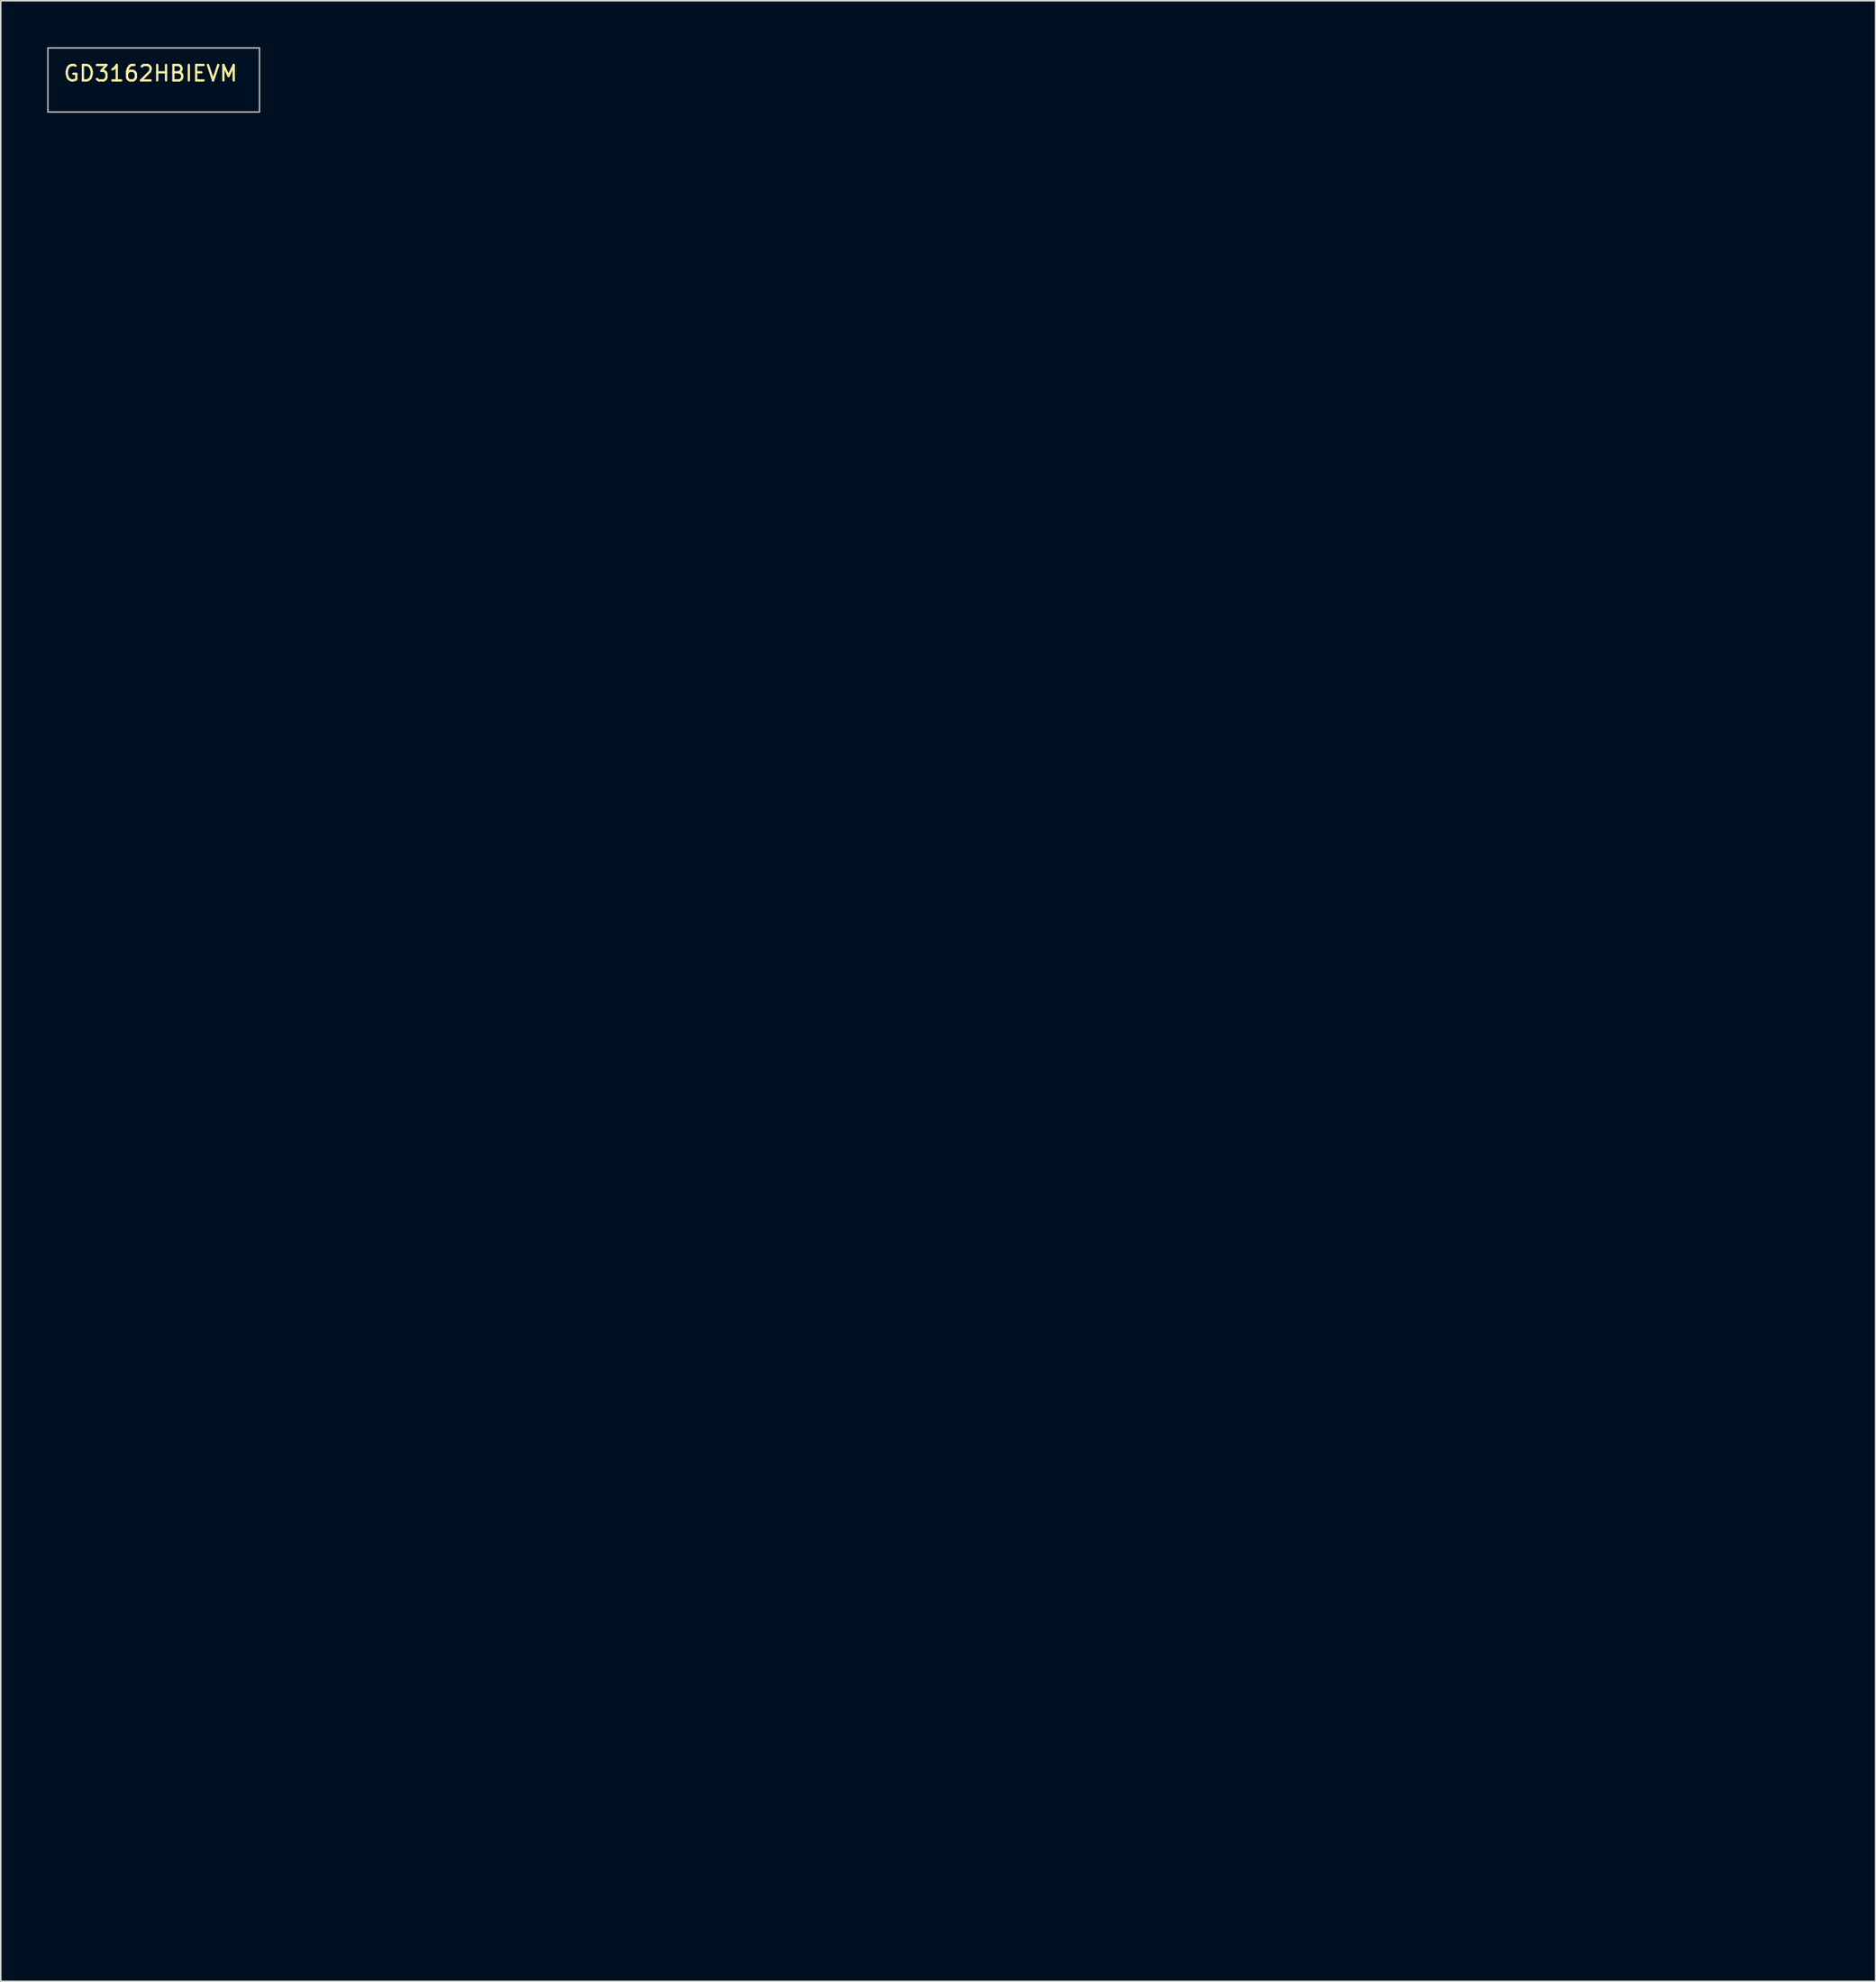
<source format=kicad_pcb>
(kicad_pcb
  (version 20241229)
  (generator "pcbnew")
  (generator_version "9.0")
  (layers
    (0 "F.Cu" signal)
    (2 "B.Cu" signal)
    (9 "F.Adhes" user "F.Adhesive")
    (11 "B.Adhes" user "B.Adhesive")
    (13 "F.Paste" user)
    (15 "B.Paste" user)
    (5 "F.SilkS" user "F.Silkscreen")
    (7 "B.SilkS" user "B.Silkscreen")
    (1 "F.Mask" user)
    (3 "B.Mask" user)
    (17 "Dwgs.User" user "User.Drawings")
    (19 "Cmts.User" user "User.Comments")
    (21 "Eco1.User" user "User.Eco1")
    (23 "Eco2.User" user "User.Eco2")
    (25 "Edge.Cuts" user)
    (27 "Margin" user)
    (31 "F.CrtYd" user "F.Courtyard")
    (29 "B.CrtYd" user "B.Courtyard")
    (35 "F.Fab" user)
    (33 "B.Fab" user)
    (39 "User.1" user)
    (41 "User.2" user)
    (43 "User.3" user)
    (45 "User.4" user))
  (footprint "GD3162HBIEVM"
    (layer "F.Cu")
    (at 6.7 2.2)
    (property "Reference" "GD3162HBIEVM" (at 0 -0.5 0) (unlocked yes) (layer "F.SilkS") (effects (font (size 1 1) (thickness 0.15))))
    (fp_rect (start 7.05 -2.15) (end -6.65 2) (stroke (width 0.1) (type default)) (fill no) (layer "F.Fab"))
    (fp_line (start 8.4 16.45) (end 8.4 12.479) (stroke (width 0.1) (type solid)) (layer "User.5"))
    (fp_line (start 8.4 21.53) (end 8.4 17.559) (stroke (width 0.1) (type solid)) (layer "User.5"))
    (fp_line (start 8.4 35.403) (end 8.4 22.639) (stroke (width 0.1) (type solid)) (layer "User.5"))
    (fp_line (start 8.4 39.362) (end 8.4 36.554) (stroke (width 0.1) (type solid)) (layer "User.5"))
    (fp_line (start 8.4 45.395) (end 8.4 40.418) (stroke (width 0.1) (type solid)) (layer "User.5"))
    (fp_line (start 8.4 50.475) (end 8.4 46.526) (stroke (width 0.1) (type solid)) (layer "User.5"))
    (fp_line (start 8.4 55.555) (end 8.4 51.606) (stroke (width 0.1) (type solid)) (layer "User.5"))
    (fp_line (start 8.4 60.635) (end 8.4 56.686) (stroke (width 0.1) (type solid)) (layer "User.5"))
    (fp_line (start 8.4 65.715) (end 8.4 61.766) (stroke (width 0.1) (type solid)) (layer "User.5"))
    (fp_line (start 8.4 70.795) (end 8.4 66.846) (stroke (width 0.1) (type solid)) (layer "User.5"))
    (fp_line (start 8.4 75.875) (end 8.4 71.926) (stroke (width 0.1) (type solid)) (layer "User.5"))
    (fp_line (start 8.4 80.955) (end 8.4 77.006) (stroke (width 0.1) (type solid)) (layer "User.5"))
    (fp_line (start 8.4 86.035) (end 8.4 82.086) (stroke (width 0.1) (type solid)) (layer "User.5"))
    (fp_line (start 8.4 91.115) (end 8.4 87.166) (stroke (width 0.1) (type solid)) (layer "User.5"))
    (fp_line (start 8.4 96.195) (end 8.4 92.246) (stroke (width 0.1) (type solid)) (layer "User.5"))
    (fp_line (start 8.4 101.275) (end 8.4 97.326) (stroke (width 0.1) (type solid)) (layer "User.5"))
    (fp_line (start 8.4 106.355) (end 8.4 102.406) (stroke (width 0.1) (type solid)) (layer "User.5"))
    (fp_line (start 8.4 111.435) (end 8.4 107.486) (stroke (width 0.1) (type solid)) (layer "User.5"))
    (fp_line (start 8.4 118.995) (end 8.4 112.566) (stroke (width 0.1) (type solid)) (layer "User.5"))
    (fp_line (start 8.4 119.926) (end 8.4 32.423) (stroke (width 0.1) (type solid)) (layer "User.5"))
    (fp_line (start 8.502 16.414) (end 8.502 12.516) (stroke (width 0.1) (type solid)) (layer "User.5"))
    (fp_line (start 8.502 21.494) (end 8.502 17.596) (stroke (width 0.1) (type solid)) (layer "User.5"))
    (fp_line (start 8.502 30.594) (end 8.502 22.676) (stroke (width 0.1) (type solid)) (layer "User.5"))
    (fp_line (start 8.502 32.118) (end 8.502 31.457) (stroke (width 0.1) (type solid)) (layer "User.5"))
    (fp_line (start 8.704 36.487) (end 8.705 36.487) (stroke (width 0.1) (type solid)) (layer "User.5"))
    (fp_line (start 8.705 35.47) (end 8.704 35.47) (stroke (width 0.1) (type solid)) (layer "User.5"))
    (fp_line (start 8.705 119.061) (end 8.704 119.061) (stroke (width 0.1) (type solid)) (layer "User.5"))
    (fp_line (start 9.129 11.341) (end 13.462 11.341) (stroke (width 0.1) (type solid)) (layer "User.5"))
    (fp_line (start 9.159 11.366) (end 13.432 11.366) (stroke (width 0.1) (type solid)) (layer "User.5"))
    (fp_line (start 9.322 103.543) (end 9.322 104.354) (stroke (width 0.1) (type solid)) (layer "User.5"))
    (fp_line (start 9.619 42.205) (end 9.619 40.477) (stroke (width 0.1) (type solid)) (layer "User.5"))
    (fp_line (start 9.873 41.951) (end 9.873 40.731) (stroke (width 0.1) (type solid)) (layer "User.5"))
    (fp_line (start 9.881 104.354) (end 9.881 103.543) (stroke (width 0.008) (type solid)) (layer "User.5"))
    (fp_line (start 10.102 42.205) (end 9.619 42.205) (stroke (width 0.1) (type solid)) (layer "User.5"))
    (fp_line (start 10.483 41.795) (end 10.483 41.341) (stroke (width 0.008) (type solid)) (layer "User.5"))
    (fp_line (start 12.688 119.926) (end 9.26 119.926) (stroke (width 0.1) (type solid)) (layer "User.5"))
    (fp_line (start 14.239 11.366) (end 16.943 11.366) (stroke (width 0.1) (type solid)) (layer "User.5"))
    (fp_line (start 14.725 11.341) (end 22.853 11.341) (stroke (width 0.1) (type solid)) (layer "User.5"))
    (fp_line (start 16.943 11.366) (end 16.943 11.391) (stroke (width 0.1) (type solid)) (layer "User.5"))
    (fp_line (start 16.943 11.391) (end 18.485 11.391) (stroke (width 0.1) (type solid)) (layer "User.5"))
    (fp_line (start 16.943 24.566) (end 16.943 25.608) (stroke (width 0.1) (type solid)) (layer "User.5"))
    (fp_line (start 17.321 119.926) (end 13.713 119.926) (stroke (width 0.1) (type solid)) (layer "User.5"))
    (fp_line (start 17.482 22.153) (end 17.482 24.185) (stroke (width 0.1) (type solid)) (layer "User.5"))
    (fp_line (start 17.482 22.153) (end 17.482 24.185) (stroke (width 0.1) (type solid)) (layer "User.5"))
    (fp_line (start 18.213 119.926) (end 8.4 119.926) (stroke (width 0.1) (type solid)) (layer "User.5"))
    (fp_line (start 19.262 19.807) (end 17.298 21.771) (stroke (width 0.1) (type solid)) (layer "User.5"))
    (fp_line (start 19.266 19.795) (end 19.262 19.807) (stroke (width 0.1) (type solid)) (layer "User.5"))
    (fp_line (start 19.274 19.771) (end 17.273 21.771) (stroke (width 0.1) (type solid)) (layer "User.5"))
    (fp_line (start 19.278 19.759) (end 19.274 19.771) (stroke (width 0.1) (type solid)) (layer "User.5"))
    (fp_line (start 19.347 11.391) (end 22.853 11.391) (stroke (width 0.1) (type solid)) (layer "User.5"))
    (fp_line (start 21.529 17.516) (end 21.518 17.519) (stroke (width 0.1) (type solid)) (layer "User.5"))
    (fp_line (start 21.565 17.504) (end 21.554 17.507) (stroke (width 0.1) (type solid)) (layer "User.5"))
    (fp_line (start 22.853 11.341) (end 22.853 16.192) (stroke (width 0.1) (type solid)) (layer "User.5"))
    (fp_line (start 22.853 11.391) (end 22.853 16.216) (stroke (width 0.1) (type solid)) (layer "User.5"))
    (fp_line (start 22.853 16.192) (end 21.529 17.516) (stroke (width 0.1) (type solid)) (layer "User.5"))
    (fp_line (start 22.853 16.216) (end 21.565 17.504) (stroke (width 0.1) (type solid)) (layer "User.5"))
    (fp_line (start 31.844 11.366) (end 108.383 11.366) (stroke (width 0.1) (type solid)) (layer "User.5"))
    (fp_line (start 31.844 11.366) (end 108.383 11.366) (stroke (width 0.1) (type solid)) (layer "User.5"))
    (fp_line (start 36.035 25.971) (end 34.994 25.971) (stroke (width 0.006) (type solid)) (layer "User.5"))
    (fp_line (start 37.966 25.971) (end 38.855 25.971) (stroke (width 0.006) (type solid)) (layer "User.5"))
    (fp_line (start 63.374 26.13) (end 63.406 26.098) (stroke (width 0.008) (type solid)) (layer "User.5"))
    (fp_line (start 63.406 26.098) (end 65.829 26.098) (stroke (width 0.008) (type solid)) (layer "User.5"))
    (fp_line (start 65.829 26.098) (end 67.404 26.098) (stroke (width 0.008) (type solid)) (layer "User.5"))
    (fp_line (start 68.712 25.462) (end 68.026 25.462) (stroke (width 0.1) (type solid)) (layer "User.5"))
    (fp_line (start 70.035 25.767) (end 70.031 25.721) (stroke (width 0.1) (type solid)) (layer "User.5"))
    (fp_line (start 70.931 25.767) (end 70.035 25.767) (stroke (width 0.1) (type solid)) (layer "User.5"))
    (fp_line (start 70.941 25.729) (end 70.931 25.767) (stroke (width 0.1) (type solid)) (layer "User.5"))
    (fp_line (start 72.433 26.098) (end 69.335 26.098) (stroke (width 0.003) (type solid)) (layer "User.5"))
    (fp_line (start 87.859 95.846) (end 87.859 119.951) (stroke (width 0.1) (type solid)) (layer "User.5"))
    (fp_line (start 87.859 95.846) (end 87.859 119.951) (stroke (width 0.1) (type solid)) (layer "User.5"))
    (fp_line (start 87.859 119.951) (end 26.225 119.951) (stroke (width 0.1) (type solid)) (layer "User.5"))
    (fp_line (start 87.859 119.951) (end 26.225 119.951) (stroke (width 0.1) (type solid)) (layer "User.5"))
    (fp_line (start 106.699 46.85) (end 106.699 46.787) (stroke (width 0.1) (type solid)) (layer "User.5"))
    (fp_line (start 106.699 46.926) (end 106.699 46.787) (stroke (width 0.1) (type solid)) (layer "User.5"))
    (fp_line (start 107.164 46.85) (end 106.699 46.85) (stroke (width 0.1) (type solid)) (layer "User.5"))
    (fp_line (start 107.197 46.926) (end 106.699 46.926) (stroke (width 0.1) (type solid)) (layer "User.5"))
    (fp_line (start 107.231 46.545) (end 107.231 46.545) (stroke (width 0.1) (type solid)) (layer "User.5"))
    (fp_line (start 107.231 46.545) (end 107.231 46.545) (stroke (width 0.1) (type solid)) (layer "User.5"))
    (fp_line (start 107.367 47.434) (end 108.129 47.434) (stroke (width 0.1) (type solid)) (layer "User.5"))
    (fp_line (start 107.748 46.553) (end 107.739 46.545) (stroke (width 0.004) (type solid)) (layer "User.5"))
    (fp_line (start 107.748 47.942) (end 107.748 46.553) (stroke (width 0.004) (type solid)) (layer "User.5"))
    (fp_line (start 108.129 48.45) (end 107.367 48.45) (stroke (width 0.1) (type solid)) (layer "User.5"))
    (fp_line (start 108.248 46.545) (end 108.248 46.545) (stroke (width 0.1) (type solid)) (layer "User.5"))
    (fp_line (start 108.248 46.545) (end 108.248 46.545) (stroke (width 0.1) (type solid)) (layer "User.5"))
    (fp_line (start 108.383 11.366) (end 108.383 46.824) (stroke (width 0.1) (type solid)) (layer "User.5"))
    (fp_line (start 108.383 11.366) (end 108.383 46.926) (stroke (width 0.1) (type solid)) (layer "User.5"))
    (fp_line (start 108.383 46.926) (end 108.282 46.926) (stroke (width 0.1) (type solid)) (layer "User.5"))
    (fp_arc (start 8.4 12.479472) (mid 8.446641 12.393996) (end 8.543764 12.387016) (stroke (width 0.1) (type solid)) (layer "User.5"))
    (fp_arc (start 8.4 17.559472) (mid 8.446641 17.473996) (end 8.543764 17.467016) (stroke (width 0.1) (type solid)) (layer "User.5"))
    (fp_arc (start 8.4 22.639472) (mid 8.446641 22.553996) (end 8.543764 22.547016) (stroke (width 0.1) (type solid)) (layer "User.5"))
    (fp_arc (start 8.4 36.553846) (mid 8.442913 36.470936) (end 8.535382 36.458088) (stroke (width 0.1) (type solid)) (layer "User.5"))
    (fp_arc (start 8.4 40.418456) (mid 8.450854 40.330562) (end 8.5524 40.330572) (stroke (width 0.1) (type solid)) (layer "User.5"))
    (fp_arc (start 8.4 46.526394) (mid 8.444787 46.442123) (end 8.5397 46.43216) (stroke (width 0.1) (type solid)) (layer "User.5"))
    (fp_arc (start 8.4 51.606394) (mid 8.444787 51.522123) (end 8.5397 51.51216) (stroke (width 0.1) (type solid)) (layer "User.5"))
    (fp_arc (start 8.4 56.686394) (mid 8.444787 56.602123) (end 8.5397 56.59216) (stroke (width 0.1) (type solid)) (layer "User.5"))
    (fp_arc (start 8.4 61.766394) (mid 8.444787 61.682123) (end 8.5397 61.67216) (stroke (width 0.1) (type solid)) (layer "User.5"))
    (fp_arc (start 8.4 66.846394) (mid 8.444787 66.762123) (end 8.5397 66.75216) (stroke (width 0.1) (type solid)) (layer "User.5"))
    (fp_arc (start 8.4 71.926394) (mid 8.444787 71.842123) (end 8.5397 71.83216) (stroke (width 0.1) (type solid)) (layer "User.5"))
    (fp_arc (start 8.4 77.006394) (mid 8.444787 76.922123) (end 8.5397 76.91216) (stroke (width 0.1) (type solid)) (layer "User.5"))
    (fp_arc (start 8.4 82.086394) (mid 8.444787 82.002123) (end 8.5397 81.99216) (stroke (width 0.1) (type solid)) (layer "User.5"))
    (fp_arc (start 8.4 87.166394) (mid 8.444787 87.082123) (end 8.5397 87.07216) (stroke (width 0.1) (type solid)) (layer "User.5"))
    (fp_arc (start 8.4 92.246394) (mid 8.444787 92.162123) (end 8.5397 92.15216) (stroke (width 0.1) (type solid)) (layer "User.5"))
    (fp_arc (start 8.4 97.326394) (mid 8.444787 97.242123) (end 8.5397 97.23216) (stroke (width 0.1) (type solid)) (layer "User.5"))
    (fp_arc (start 8.4 102.406394) (mid 8.444787 102.322123) (end 8.5397 102.31216) (stroke (width 0.1) (type solid)) (layer "User.5"))
    (fp_arc (start 8.4 107.486394) (mid 8.444787 107.402123) (end 8.5397 107.39216) (stroke (width 0.1) (type solid)) (layer "User.5"))
    (fp_arc (start 8.4 112.566394) (mid 8.444787 112.482123) (end 8.5397 112.47216) (stroke (width 0.1) (type solid)) (layer "User.5"))
    (fp_arc (start 8.5016 12.51554) (mid 8.540996 12.435249) (end 8.6286 12.417242) (stroke (width 0.1) (type solid)) (layer "User.5"))
    (fp_arc (start 8.5016 17.59554) (mid 8.540996 17.515249) (end 8.6286 17.497242) (stroke (width 0.1) (type solid)) (layer "User.5"))
    (fp_arc (start 8.5016 22.67554) (mid 8.540996 22.595249) (end 8.6286 22.577242) (stroke (width 0.1) (type solid)) (layer "User.5"))
    (fp_arc (start 8.5016 31.456574) (mid 8.564313 31.362643) (end 8.675082 31.384692) (stroke (width 0.1) (type solid)) (layer "User.5"))
    (fp_arc (start 8.535382 35.498984) (mid 8.442914 35.486135) (end 8.4 35.403226) (stroke (width 0.1) (type solid)) (layer "User.5"))
    (fp_arc (start 8.535382 35.498984) (mid 8.618609 35.47734) (end 8.704292 35.470028) (stroke (width 0.1) (type solid)) (layer "User.5"))
    (fp_arc (start 8.535382 119.090384) (mid 8.442914 119.077535) (end 8.4 118.994626) (stroke (width 0.1) (type solid)) (layer "User.5"))
    (fp_arc (start 8.535382 119.090384) (mid 8.618609 119.06874) (end 8.704292 119.061428) (stroke (width 0.1) (type solid)) (layer "User.5"))
    (fp_arc (start 8.5397 45.489312) (mid 8.444787 45.47935) (end 8.4 45.395078) (stroke (width 0.1) (type solid)) (layer "User.5"))
    (fp_arc (start 8.5397 45.489312) (mid 8.633164 45.461597) (end 8.7302 45.452228) (stroke (width 0.1) (type solid)) (layer "User.5"))
    (fp_arc (start 8.5397 50.569312) (mid 8.444787 50.55935) (end 8.4 50.475078) (stroke (width 0.1) (type solid)) (layer "User.5"))
    (fp_arc (start 8.5397 50.569312) (mid 8.633164 50.541597) (end 8.7302 50.532228) (stroke (width 0.1) (type solid)) (layer "User.5"))
    (fp_arc (start 8.5397 55.649312) (mid 8.444787 55.63935) (end 8.4 55.555078) (stroke (width 0.1) (type solid)) (layer "User.5"))
    (fp_arc (start 8.5397 55.649312) (mid 8.633164 55.621597) (end 8.7302 55.612228) (stroke (width 0.1) (type solid)) (layer "User.5"))
    (fp_arc (start 8.5397 60.729312) (mid 8.444787 60.71935) (end 8.4 60.635078) (stroke (width 0.1) (type solid)) (layer "User.5"))
    (fp_arc (start 8.5397 60.729312) (mid 8.633164 60.701597) (end 8.7302 60.692228) (stroke (width 0.1) (type solid)) (layer "User.5"))
    (fp_arc (start 8.5397 65.809312) (mid 8.444787 65.79935) (end 8.4 65.715078) (stroke (width 0.1) (type solid)) (layer "User.5"))
    (fp_arc (start 8.5397 65.809312) (mid 8.633164 65.781597) (end 8.7302 65.772228) (stroke (width 0.1) (type solid)) (layer "User.5"))
    (fp_arc (start 8.5397 70.889312) (mid 8.444787 70.87935) (end 8.4 70.795078) (stroke (width 0.1) (type solid)) (layer "User.5"))
    (fp_arc (start 8.5397 70.889312) (mid 8.633164 70.861597) (end 8.7302 70.852228) (stroke (width 0.1) (type solid)) (layer "User.5"))
    (fp_arc (start 8.5397 75.969312) (mid 8.444787 75.95935) (end 8.4 75.875078) (stroke (width 0.1) (type solid)) (layer "User.5"))
    (fp_arc (start 8.5397 75.969312) (mid 8.633164 75.941597) (end 8.7302 75.932228) (stroke (width 0.1) (type solid)) (layer "User.5"))
    (fp_arc (start 8.5397 81.049312) (mid 8.444787 81.03935) (end 8.4 80.955078) (stroke (width 0.1) (type solid)) (layer "User.5"))
    (fp_arc (start 8.5397 81.049312) (mid 8.633164 81.021597) (end 8.7302 81.012228) (stroke (width 0.1) (type solid)) (layer "User.5"))
    (fp_arc (start 8.5397 86.129312) (mid 8.444787 86.11935) (end 8.4 86.035078) (stroke (width 0.1) (type solid)) (layer "User.5"))
    (fp_arc (start 8.5397 86.129312) (mid 8.633164 86.101597) (end 8.7302 86.092228) (stroke (width 0.1) (type solid)) (layer "User.5"))
    (fp_arc (start 8.5397 91.209312) (mid 8.444787 91.19935) (end 8.4 91.115078) (stroke (width 0.1) (type solid)) (layer "User.5"))
    (fp_arc (start 8.5397 91.209312) (mid 8.633164 91.181597) (end 8.7302 91.172228) (stroke (width 0.1) (type solid)) (layer "User.5"))
    (fp_arc (start 8.5397 96.289312) (mid 8.444787 96.27935) (end 8.4 96.195078) (stroke (width 0.1) (type solid)) (layer "User.5"))
    (fp_arc (start 8.5397 96.289312) (mid 8.633164 96.261597) (end 8.7302 96.252228) (stroke (width 0.1) (type solid)) (layer "User.5"))
    (fp_arc (start 8.5397 101.369312) (mid 8.444787 101.35935) (end 8.4 101.275078) (stroke (width 0.1) (type solid)) (layer "User.5"))
    (fp_arc (start 8.5397 101.369312) (mid 8.633164 101.341597) (end 8.7302 101.332228) (stroke (width 0.1) (type solid)) (layer "User.5"))
    (fp_arc (start 8.5397 106.449312) (mid 8.444787 106.43935) (end 8.4 106.355078) (stroke (width 0.1) (type solid)) (layer "User.5"))
    (fp_arc (start 8.5397 106.449312) (mid 8.633164 106.421597) (end 8.7302 106.412228) (stroke (width 0.1) (type solid)) (layer "User.5"))
    (fp_arc (start 8.5397 111.529312) (mid 8.444787 111.51935) (end 8.4 111.435078) (stroke (width 0.1) (type solid)) (layer "User.5"))
    (fp_arc (start 8.5397 111.529312) (mid 8.633164 111.501597) (end 8.7302 111.492228) (stroke (width 0.1) (type solid)) (layer "User.5"))
    (fp_arc (start 8.543764 16.542456) (mid 8.44664 16.535477) (end 8.4 16.45) (stroke (width 0.1) (type solid)) (layer "User.5"))
    (fp_arc (start 8.543764 16.542456) (mid 8.647189 16.507919) (end 8.7556 16.496228) (stroke (width 0.1) (type solid)) (layer "User.5"))
    (fp_arc (start 8.543764 21.622456) (mid 8.44664 21.615477) (end 8.4 21.53) (stroke (width 0.1) (type solid)) (layer "User.5"))
    (fp_arc (start 8.543764 21.622456) (mid 8.647189 21.587919) (end 8.7556 21.576228) (stroke (width 0.1) (type solid)) (layer "User.5"))
    (fp_arc (start 8.5524 39.4497) (mid 8.450854 39.44971) (end 8.4 39.361816) (stroke (width 0.1) (type solid)) (layer "User.5"))
    (fp_arc (start 8.5524 39.4497) (mid 8.674923 39.39896) (end 8.8064 39.381628) (stroke (width 0.1) (type solid)) (layer "User.5"))
    (fp_arc (start 8.6286 16.51223) (mid 8.540996 16.494223) (end 8.5016 16.413932) (stroke (width 0.1) (type solid)) (layer "User.5"))
    (fp_arc (start 8.6286 16.51223) (mid 8.691594 16.500217) (end 8.7556 16.496228) (stroke (width 0.1) (type solid)) (layer "User.5"))
    (fp_arc (start 8.6286 21.59223) (mid 8.540996 21.574223) (end 8.5016 21.493932) (stroke (width 0.1) (type solid)) (layer "User.5"))
    (fp_arc (start 8.6286 21.59223) (mid 8.691594 21.580217) (end 8.7556 21.576228) (stroke (width 0.1) (type solid)) (layer "User.5"))
    (fp_arc (start 8.675082 30.66638) (mid 8.564313 30.688429) (end 8.5016 30.594498) (stroke (width 0.1) (type solid)) (layer "User.5"))
    (fp_arc (start 8.675082 30.66638) (mid 8.840162 30.555848) (end 9.035 30.517028) (stroke (width 0.1) (type solid)) (layer "User.5"))
    (fp_arc (start 8.704292 36.487044) (mid 8.618609 36.479732) (end 8.535382 36.458088) (stroke (width 0.1) (type solid)) (layer "User.5"))
    (fp_arc (start 8.7048 119.061428) (mid 9.06437 119.210366) (end 9.213308 119.569936) (stroke (width 0.1) (type solid)) (layer "User.5"))
    (fp_arc (start 8.7302 45.452228) (mid 9.238708 45.960736) (end 8.7302 46.469244) (stroke (width 0.1) (type solid)) (layer "User.5"))
    (fp_arc (start 8.7302 46.469244) (mid 8.633164 46.459875) (end 8.5397 46.43216) (stroke (width 0.1) (type solid)) (layer "User.5"))
    (fp_arc (start 8.7302 50.532228) (mid 9.238708 51.040736) (end 8.7302 51.549244) (stroke (width 0.1) (type solid)) (layer "User.5"))
    (fp_arc (start 8.7302 51.549244) (mid 8.633164 51.539875) (end 8.5397 51.51216) (stroke (width 0.1) (type solid)) (layer "User.5"))
    (fp_arc (start 8.7302 55.612228) (mid 9.238708 56.120736) (end 8.7302 56.629244) (stroke (width 0.1) (type solid)) (layer "User.5"))
    (fp_arc (start 8.7302 56.629244) (mid 8.633164 56.619875) (end 8.5397 56.59216) (stroke (width 0.1) (type solid)) (layer "User.5"))
    (fp_arc (start 8.7302 60.692228) (mid 9.238708 61.200736) (end 8.7302 61.709244) (stroke (width 0.1) (type solid)) (layer "User.5"))
    (fp_arc (start 8.7302 61.709244) (mid 8.633164 61.699875) (end 8.5397 61.67216) (stroke (width 0.1) (type solid)) (layer "User.5"))
    (fp_arc (start 8.7302 65.772228) (mid 9.238708 66.280736) (end 8.7302 66.789244) (stroke (width 0.1) (type solid)) (layer "User.5"))
    (fp_arc (start 8.7302 66.789244) (mid 8.633164 66.779875) (end 8.5397 66.75216) (stroke (width 0.1) (type solid)) (layer "User.5"))
    (fp_arc (start 8.7302 70.852228) (mid 9.238708 71.360736) (end 8.7302 71.869244) (stroke (width 0.1) (type solid)) (layer "User.5"))
    (fp_arc (start 8.7302 71.869244) (mid 8.633164 71.859875) (end 8.5397 71.83216) (stroke (width 0.1) (type solid)) (layer "User.5"))
    (fp_arc (start 8.7302 75.932228) (mid 9.238708 76.440736) (end 8.7302 76.949244) (stroke (width 0.1) (type solid)) (layer "User.5"))
    (fp_arc (start 8.7302 76.949244) (mid 8.633164 76.939875) (end 8.5397 76.91216) (stroke (width 0.1) (type solid)) (layer "User.5"))
    (fp_arc (start 8.7302 81.012228) (mid 9.238708 81.520736) (end 8.7302 82.029244) (stroke (width 0.1) (type solid)) (layer "User.5"))
    (fp_arc (start 8.7302 82.029244) (mid 8.633164 82.019875) (end 8.5397 81.99216) (stroke (width 0.1) (type solid)) (layer "User.5"))
    (fp_arc (start 8.7302 86.092228) (mid 9.238708 86.600736) (end 8.7302 87.109244) (stroke (width 0.1) (type solid)) (layer "User.5"))
    (fp_arc (start 8.7302 87.109244) (mid 8.633164 87.099875) (end 8.5397 87.07216) (stroke (width 0.1) (type solid)) (layer "User.5"))
    (fp_arc (start 8.7302 91.172228) (mid 9.238708 91.680736) (end 8.7302 92.189244) (stroke (width 0.1) (type solid)) (layer "User.5"))
    (fp_arc (start 8.7302 92.189244) (mid 8.633164 92.179875) (end 8.5397 92.15216) (stroke (width 0.1) (type solid)) (layer "User.5"))
    (fp_arc (start 8.7302 96.252228) (mid 9.238708 96.760736) (end 8.7302 97.269244) (stroke (width 0.1) (type solid)) (layer "User.5"))
    (fp_arc (start 8.7302 97.269244) (mid 8.633164 97.259875) (end 8.5397 97.23216) (stroke (width 0.1) (type solid)) (layer "User.5"))
    (fp_arc (start 8.7302 101.332228) (mid 9.238708 101.840736) (end 8.7302 102.349244) (stroke (width 0.1) (type solid)) (layer "User.5"))
    (fp_arc (start 8.7302 102.349244) (mid 8.633164 102.339875) (end 8.5397 102.31216) (stroke (width 0.1) (type solid)) (layer "User.5"))
    (fp_arc (start 8.7302 106.412228) (mid 9.238708 106.920736) (end 8.7302 107.429244) (stroke (width 0.1) (type solid)) (layer "User.5"))
    (fp_arc (start 8.7302 107.429244) (mid 8.633164 107.419875) (end 8.5397 107.39216) (stroke (width 0.1) (type solid)) (layer "User.5"))
    (fp_arc (start 8.7302 111.492228) (mid 9.238708 112.000736) (end 8.7302 112.509244) (stroke (width 0.1) (type solid)) (layer "User.5"))
    (fp_arc (start 8.7302 112.509244) (mid 8.633164 112.499875) (end 8.5397 112.47216) (stroke (width 0.1) (type solid)) (layer "User.5"))
    (fp_arc (start 8.7556 12.433244) (mid 8.647189 12.421553) (end 8.543764 12.387016) (stroke (width 0.1) (type solid)) (layer "User.5"))
    (fp_arc (start 8.7556 12.433244) (mid 8.691594 12.429255) (end 8.6286 12.417242) (stroke (width 0.1) (type solid)) (layer "User.5"))
    (fp_arc (start 8.7556 17.513244) (mid 8.647189 17.501553) (end 8.543764 17.467016) (stroke (width 0.1) (type solid)) (layer "User.5"))
    (fp_arc (start 8.7556 17.513244) (mid 8.691594 17.509255) (end 8.6286 17.497242) (stroke (width 0.1) (type solid)) (layer "User.5"))
    (fp_arc (start 8.7556 22.593244) (mid 8.647189 22.581553) (end 8.543764 22.547016) (stroke (width 0.1) (type solid)) (layer "User.5"))
    (fp_arc (start 8.7556 22.593244) (mid 8.691594 22.589255) (end 8.6286 22.577242) (stroke (width 0.1) (type solid)) (layer "User.5"))
    (fp_arc (start 8.8064 40.398644) (mid 8.674923 40.381312) (end 8.5524 40.330572) (stroke (width 0.1) (type solid)) (layer "User.5"))
    (fp_arc (start 9.035 31.534044) (mid 8.840162 31.495224) (end 8.675082 31.384692) (stroke (width 0.1) (type solid)) (layer "User.5"))
    (fp_arc (start 9.06675 11.5224) (mid 9.032787 11.409334) (end 9.128726 11.340536) (stroke (width 0.1) (type solid)) (layer "User.5"))
    (fp_arc (start 9.06675 11.5224) (mid 9.212111 11.700669) (end 9.264108 11.924736) (stroke (width 0.1) (type solid)) (layer "User.5"))
    (fp_arc (start 9.092404 11.543736) (mid 9.064519 11.431674) (end 9.15946 11.365936) (stroke (width 0.1) (type solid)) (layer "User.5"))
    (fp_arc (start 9.092404 11.543736) (mid 9.219199 11.715784) (end 9.264108 11.924736) (stroke (width 0.1) (type solid)) (layer "User.5"))
    (fp_arc (start 9.213308 119.569936) (mid 9.201617 119.678347) (end 9.16708 119.781772) (stroke (width 0.1) (type solid)) (layer "User.5"))
    (fp_arc (start 9.259536 119.925536) (mid 9.17406 119.878895) (end 9.16708 119.781772) (stroke (width 0.1) (type solid)) (layer "User.5"))
    (fp_arc (start 9.264108 11.924736) (mid 9.11517 12.284306) (end 8.7556 12.433244) (stroke (width 0.1) (type solid)) (layer "User.5"))
    (fp_arc (start 9.264108 11.924736) (mid 9.11517 12.284306) (end 8.7556 12.433244) (stroke (width 0.1) (type solid)) (layer "User.5"))
    (fp_arc (start 9.48585 104.74929) (mid 9.364598 104.567847) (end 9.32202 104.353812) (stroke (width 0.1) (type solid)) (layer "User.5"))
    (fp_arc (start 12.773118 119.769072) (mid 12.776797 119.872586) (end 12.687774 119.925536) (stroke (width 0.1) (type solid)) (layer "User.5"))
    (fp_arc (start 12.773118 119.769072) (mid 12.712769 119.637241) (end 12.692092 119.493736) (stroke (width 0.1) (type solid)) (layer "User.5"))
    (fp_arc (start 13.327092 11.924736) (mid 13.372001 11.715784) (end 13.498796 11.543736) (stroke (width 0.1) (type solid)) (layer "User.5"))
    (fp_arc (start 13.327092 11.924736) (mid 13.379089 11.700669) (end 13.52445 11.5224) (stroke (width 0.1) (type solid)) (layer "User.5"))
    (fp_arc (start 13.43174 11.365936) (mid 13.526681 11.431674) (end 13.498796 11.543736) (stroke (width 0.1) (type solid)) (layer "User.5"))
    (fp_arc (start 13.462474 11.340536) (mid 13.558414 11.409334) (end 13.52445 11.5224) (stroke (width 0.1) (type solid)) (layer "User.5"))
    (fp_arc (start 13.709108 119.493736) (mid 13.688431 119.637241) (end 13.628082 119.769072) (stroke (width 0.1) (type solid)) (layer "User.5"))
    (fp_arc (start 13.713426 119.925536) (mid 13.624403 119.872586) (end 13.628082 119.769072) (stroke (width 0.1) (type solid)) (layer "User.5"))
    (fp_arc (start 13.8356 12.433244) (mid 13.47603 12.284306) (end 13.327092 11.924736) (stroke (width 0.1) (type solid)) (layer "User.5"))
    (fp_arc (start 14.172404 11.543736) (mid 14.144519 11.431674) (end 14.23946 11.365936) (stroke (width 0.1) (type solid)) (layer "User.5"))
    (fp_arc (start 14.172404 11.543736) (mid 14.299199 11.715784) (end 14.344108 11.924736) (stroke (width 0.1) (type solid)) (layer "User.5"))
    (fp_arc (start 14.237936 12.235886) (mid 14.059667 12.381247) (end 13.8356 12.433244) (stroke (width 0.1) (type solid)) (layer "User.5"))
    (fp_arc (start 14.237936 12.235886) (mid 14.351002 12.201923) (end 14.4198 12.297862) (stroke (width 0.1) (type solid)) (layer "User.5"))
    (fp_arc (start 14.344108 11.924736) (mid 13.8356 12.433244) (end 13.327092 11.924736) (stroke (width 0.1) (type solid)) (layer "User.5"))
    (fp_arc (start 16.870138 14.346626) (mid 16.880588 14.405271) (end 16.884108 14.464736) (stroke (width 0.1) (type solid)) (layer "User.5"))
    (fp_arc (start 16.942528 25.608224) (mid 16.886598 25.69887) (end 16.780476 25.689758) (stroke (width 0.1) (type solid)) (layer "User.5"))
    (fp_arc (start 17.400744 119.760436) (mid 17.31811 119.61115) (end 17.289492 119.442936) (stroke (width 0.1) (type solid)) (layer "User.5"))
    (fp_arc (start 17.400744 119.760436) (mid 17.413051 119.867913) (end 17.321496 119.925536) (stroke (width 0.1) (type solid)) (layer "User.5"))
    (fp_arc (start 17.863786 13.008808) (mid 17.5882 13.842039) (end 16.870138 14.346626) (stroke (width 0.1) (type solid)) (layer "User.5"))
    (fp_arc (start 18.407092 11.924736) (mid 18.445912 11.729898) (end 18.556444 11.564818) (stroke (width 0.1) (type solid)) (layer "User.5"))
    (fp_arc (start 18.407092 17.004736) (mid 18.9156 16.496228) (end 19.424108 17.004736) (stroke (width 0.1) (type solid)) (layer "User.5"))
    (fp_arc (start 18.484562 11.391336) (mid 18.578493 11.454049) (end 18.556444 11.564818) (stroke (width 0.1) (type solid)) (layer "User.5"))
    (fp_arc (start 19.265866 19.79518) (mid 20.134546 18.376082) (end 21.553644 17.507402) (stroke (width 0.1) (type solid)) (layer "User.5"))
    (fp_arc (start 19.274756 11.564818) (mid 19.252707 11.454049) (end 19.346638 11.391336) (stroke (width 0.1) (type solid)) (layer "User.5"))
    (fp_arc (start 19.274756 11.564818) (mid 19.385288 11.729898) (end 19.424108 11.924736) (stroke (width 0.1) (type solid)) (layer "User.5"))
    (fp_arc (start 19.277804 19.759366) (mid 20.134633 18.376169) (end 21.51783 17.51934) (stroke (width 0.1) (type solid)) (layer "User.5"))
    (fp_arc (start 19.424108 11.924736) (mid 18.9156 12.433244) (end 18.407092 11.924736) (stroke (width 0.1) (type solid)) (layer "User.5"))
    (fp_arc (start 19.424108 17.004736) (mid 18.9156 17.513244) (end 18.407092 17.004736) (stroke (width 0.1) (type solid)) (layer "User.5"))
    (fp_arc (start 20.947092 14.464736) (mid 21.4556 13.956228) (end 21.964108 14.464736) (stroke (width 0.1) (type solid)) (layer "User.5"))
    (fp_arc (start 21.964108 14.464736) (mid 21.4556 14.973244) (end 20.947092 14.464736) (stroke (width 0.1) (type solid)) (layer "User.5"))
    (fp_arc (start 59.76388 102.890823) (mid 62.647511 100.007396) (end 65.53095 102.891026) (stroke (width 0.1) (type solid)) (layer "User.5"))
    (fp_arc (start 59.76388 102.890823) (mid 62.647511 100.007396) (end 65.53095 102.891026) (stroke (width 0.1) (type solid)) (layer "User.5"))
    (fp_arc (start 65.320892 26.097936) (mid 65.8294 25.589428) (end 66.337908 26.097936) (stroke (width 0.1) (type solid)) (layer "User.5"))
    (fp_arc (start 65.53095 102.891026) (mid 62.647308 105.774466) (end 59.76388 102.890823) (stroke (width 0.1) (type solid)) (layer "User.5"))
    (fp_arc (start 65.53095 102.891026) (mid 62.647308 105.774466) (end 59.76388 102.890823) (stroke (width 0.1) (type solid)) (layer "User.5"))
    (fp_arc (start 66.09102 20.890936) (mid 69.647528 17.334428) (end 73.204036 20.890936) (stroke (width 0.1) (type solid)) (layer "User.5"))
    (fp_arc (start 66.09102 20.890936) (mid 69.647528 17.334428) (end 73.204036 20.890936) (stroke (width 0.1) (type solid)) (layer "User.5"))
    (fp_arc (start 66.748372 25.538628) (mid 67.004474 25.207024) (end 67.4042 25.081428) (stroke (width 0.1) (type solid)) (layer "User.5"))
    (fp_arc (start 66.9597 25.780436) (mid 67.4042 25.335936) (end 67.8487 25.780436) (stroke (width 0.1) (type solid)) (layer "User.5"))
    (fp_arc (start 67.4042 25.081428) (mid 67.769034 25.184243) (end 68.0265 25.462428) (stroke (width 0.1) (type solid)) (layer "User.5"))
    (fp_arc (start 68.7123 25.462428) (mid 68.969764 25.184241) (end 69.3346 25.081428) (stroke (width 0.1) (type solid)) (layer "User.5"))
    (fp_arc (start 68.8901 25.780436) (mid 69.3346 25.335936) (end 69.7791 25.780436) (stroke (width 0.1) (type solid)) (layer "User.5"))
    (fp_arc (start 69.3346 25.081428) (mid 69.807198 25.265506) (end 70.030814 25.720746) (stroke (width 0.1) (type solid)) (layer "User.5"))
    (fp_arc (start 70.896192 26.097936) (mid 72.4334 24.560728) (end 73.970608 26.097936) (stroke (width 0.1) (type solid)) (layer "User.5"))
    (fp_arc (start 70.94115 25.72862) (mid 71.485936 24.88742) (end 72.4334 24.560728) (stroke (width 0.1) (type solid)) (layer "User.5"))
    (fp_arc (start 73.204036 20.890936) (mid 69.647528 24.447444) (end 66.09102 20.890936) (stroke (width 0.1) (type solid)) (layer "User.5"))
    (fp_arc (start 73.204036 20.890936) (mid 69.647528 24.447444) (end 66.09102 20.890936) (stroke (width 0.1) (type solid)) (layer "User.5"))
    (fp_arc (start 107.230892 46.544936) (mid 107.7394 46.036428) (end 108.247908 46.544936) (stroke (width 0.1) (type solid)) (layer "User.5"))
    (fp_arc (start 107.230892 46.544936) (mid 107.7394 46.036428) (end 108.247908 46.544936) (stroke (width 0.1) (type solid)) (layer "User.5"))
    (fp_arc (start 107.259848 46.714354) (mid 107.246979 46.806787) (end 107.16409 46.849736) (stroke (width 0.1) (type solid)) (layer "User.5"))
    (fp_arc (start 107.259848 46.714354) (mid 107.238212 46.631127) (end 107.230892 46.545444) (stroke (width 0.1) (type solid)) (layer "User.5"))
    (fp_arc (start 107.28728 46.777854) (mid 107.283721 46.877162) (end 107.19711 46.925936) (stroke (width 0.1) (type solid)) (layer "User.5"))
    (fp_arc (start 107.28728 46.777854) (mid 107.245204 46.664887) (end 107.230892 46.54519) (stroke (width 0.1) (type solid)) (layer "User.5"))
    (fp_arc (start 107.366528 48.449936) (mid 106.8585 47.941936) (end 107.366528 47.433936) (stroke (width 0.1) (type solid)) (layer "User.5"))
    (fp_arc (start 108.128528 47.433936) (mid 108.6365 47.941936) (end 108.128528 48.449936) (stroke (width 0.1) (type solid)) (layer "User.5"))
    (fp_arc (start 108.247908 46.54519) (mid 108.233606 46.664889) (end 108.19152 46.777854) (stroke (width 0.1) (type solid)) (layer "User.5"))
    (fp_arc (start 108.247908 46.545444) (mid 108.240603 46.631129) (end 108.218952 46.714354) (stroke (width 0.1) (type solid)) (layer "User.5"))
    (fp_arc (start 108.28169 46.925936) (mid 108.195031 46.877192) (end 108.19152 46.777854) (stroke (width 0.1) (type solid)) (layer "User.5"))
    (fp_arc (start 108.382528 46.823828) (mid 108.258182 46.832609) (end 108.218952 46.714354) (stroke (width 0.1) (type solid)) (layer "User.5"))
    (fp_circle (center 8.705 35.979) (end 8.959 35.979) (stroke (width 0.1) (type solid)) (fill no) (layer "User.5"))
    (fp_circle (center 8.705 35.979) (end 8.959 35.979) (stroke (width 0.1) (type solid)) (fill no) (layer "User.5"))
    (fp_circle (center 8.705 119.57) (end 8.959 119.57) (stroke (width 0.1) (type solid)) (fill no) (layer "User.5"))
    (fp_circle (center 8.705 119.57) (end 8.959 119.57) (stroke (width 0.1) (type solid)) (fill no) (layer "User.5"))
    (fp_circle (center 8.73 45.961) (end 8.984 45.961) (stroke (width 0.1) (type solid)) (fill no) (layer "User.5"))
    (fp_circle (center 8.73 45.961) (end 8.984 45.961) (stroke (width 0.1) (type solid)) (fill no) (layer "User.5"))
    (fp_circle (center 8.73 51.041) (end 8.984 51.041) (stroke (width 0.1) (type solid)) (fill no) (layer "User.5"))
    (fp_circle (center 8.73 51.041) (end 8.984 51.041) (stroke (width 0.1) (type solid)) (fill no) (layer "User.5"))
    (fp_circle (center 8.73 56.121) (end 8.984 56.121) (stroke (width 0.1) (type solid)) (fill no) (layer "User.5"))
    (fp_circle (center 8.73 56.121) (end 8.984 56.121) (stroke (width 0.1) (type solid)) (fill no) (layer "User.5"))
    (fp_circle (center 8.73 61.201) (end 8.984 61.201) (stroke (width 0.1) (type solid)) (fill no) (layer "User.5"))
    (fp_circle (center 8.73 61.201) (end 8.984 61.201) (stroke (width 0.1) (type solid)) (fill no) (layer "User.5"))
    (fp_circle (center 8.73 66.281) (end 8.984 66.281) (stroke (width 0.1) (type solid)) (fill no) (layer "User.5"))
    (fp_circle (center 8.73 66.281) (end 8.984 66.281) (stroke (width 0.1) (type solid)) (fill no) (layer "User.5"))
    (fp_circle (center 8.73 71.361) (end 8.984 71.361) (stroke (width 0.1) (type solid)) (fill no) (layer "User.5"))
    (fp_circle (center 8.73 71.361) (end 8.984 71.361) (stroke (width 0.1) (type solid)) (fill no) (layer "User.5"))
    (fp_circle (center 8.73 76.441) (end 8.984 76.441) (stroke (width 0.1) (type solid)) (fill no) (layer "User.5"))
    (fp_circle (center 8.73 76.441) (end 8.984 76.441) (stroke (width 0.1) (type solid)) (fill no) (layer "User.5"))
    (fp_circle (center 8.73 81.521) (end 8.984 81.521) (stroke (width 0.1) (type solid)) (fill no) (layer "User.5"))
    (fp_circle (center 8.73 81.521) (end 8.984 81.521) (stroke (width 0.1) (type solid)) (fill no) (layer "User.5"))
    (fp_circle (center 8.73 86.601) (end 8.984 86.601) (stroke (width 0.1) (type solid)) (fill no) (layer "User.5"))
    (fp_circle (center 8.73 86.601) (end 8.984 86.601) (stroke (width 0.1) (type solid)) (fill no) (layer "User.5"))
    (fp_circle (center 8.73 91.681) (end 8.984 91.681) (stroke (width 0.1) (type solid)) (fill no) (layer "User.5"))
    (fp_circle (center 8.73 91.681) (end 8.984 91.681) (stroke (width 0.1) (type solid)) (fill no) (layer "User.5"))
    (fp_circle (center 8.73 96.761) (end 8.984 96.761) (stroke (width 0.1) (type solid)) (fill no) (layer "User.5"))
    (fp_circle (center 8.73 96.761) (end 8.984 96.761) (stroke (width 0.1) (type solid)) (fill no) (layer "User.5"))
    (fp_circle (center 8.73 101.841) (end 8.984 101.841) (stroke (width 0.1) (type solid)) (fill no) (layer "User.5"))
    (fp_circle (center 8.73 101.841) (end 8.984 101.841) (stroke (width 0.1) (type solid)) (fill no) (layer "User.5"))
    (fp_circle (center 8.73 106.921) (end 8.984 106.921) (stroke (width 0.1) (type solid)) (fill no) (layer "User.5"))
    (fp_circle (center 8.73 106.921) (end 8.984 106.921) (stroke (width 0.1) (type solid)) (fill no) (layer "User.5"))
    (fp_circle (center 8.73 112.001) (end 8.984 112.001) (stroke (width 0.1) (type solid)) (fill no) (layer "User.5"))
    (fp_circle (center 8.73 112.001) (end 8.984 112.001) (stroke (width 0.1) (type solid)) (fill no) (layer "User.5"))
    (fp_circle (center 8.756 11.925) (end 9.01 11.925) (stroke (width 0.1) (type solid)) (fill no) (layer "User.5"))
    (fp_circle (center 8.756 11.925) (end 9.01 11.925) (stroke (width 0.1) (type solid)) (fill no) (layer "User.5"))
    (fp_circle (center 8.756 17.005) (end 9.01 17.005) (stroke (width 0.1) (type solid)) (fill no) (layer "User.5"))
    (fp_circle (center 8.756 17.005) (end 9.01 17.005) (stroke (width 0.1) (type solid)) (fill no) (layer "User.5"))
    (fp_circle (center 8.756 22.085) (end 9.01 22.085) (stroke (width 0.1) (type solid)) (fill no) (layer "User.5"))
    (fp_circle (center 8.756 22.085) (end 9.01 22.085) (stroke (width 0.1) (type solid)) (fill no) (layer "User.5"))
    (fp_circle (center 13.201 119.494) (end 13.455 119.494) (stroke (width 0.1) (type solid)) (fill no) (layer "User.5"))
    (fp_circle (center 13.201 119.494) (end 13.455 119.494) (stroke (width 0.1) (type solid)) (fill no) (layer "User.5"))
    (fp_circle (center 13.836 11.925) (end 14.09 11.925) (stroke (width 0.1) (type solid)) (fill no) (layer "User.5"))
    (fp_circle (center 13.836 11.925) (end 14.09 11.925) (stroke (width 0.1) (type solid)) (fill no) (layer "User.5"))
    (fp_circle (center 18.916 11.925) (end 19.17 11.925) (stroke (width 0.1) (type solid)) (fill no) (layer "User.5"))
    (fp_circle (center 18.916 11.925) (end 19.17 11.925) (stroke (width 0.1) (type solid)) (fill no) (layer "User.5"))
    (fp_circle (center 18.916 17.005) (end 19.17 17.005) (stroke (width 0.1) (type solid)) (fill no) (layer "User.5"))
    (fp_circle (center 18.916 17.005) (end 19.17 17.005) (stroke (width 0.1) (type solid)) (fill no) (layer "User.5"))
    (fp_circle (center 21.456 14.465) (end 21.71 14.465) (stroke (width 0.1) (type solid)) (fill no) (layer "User.5"))
    (fp_circle (center 21.456 14.465) (end 21.71 14.465) (stroke (width 0.1) (type solid)) (fill no) (layer "User.5"))
    (fp_circle (center 26.586 119.595) (end 26.84 119.595) (stroke (width 0.1) (type solid)) (fill no) (layer "User.5"))
    (fp_circle (center 26.586 119.595) (end 26.84 119.595) (stroke (width 0.1) (type solid)) (fill no) (layer "User.5"))
    (fp_circle (center 31.006 119.595) (end 31.26 119.595) (stroke (width 0.1) (type solid)) (fill no) (layer "User.5"))
    (fp_circle (center 31.006 119.595) (end 31.26 119.595) (stroke (width 0.1) (type solid)) (fill no) (layer "User.5"))
    (fp_circle (center 32.149 11.671) (end 32.403 11.671) (stroke (width 0.1) (type solid)) (fill no) (layer "User.5"))
    (fp_circle (center 32.149 11.671) (end 32.403 11.671) (stroke (width 0.1) (type solid)) (fill no) (layer "User.5"))
    (fp_circle (center 35.959 11.645) (end 36.213 11.645) (stroke (width 0.1) (type solid)) (fill no) (layer "User.5"))
    (fp_circle (center 35.959 11.645) (end 36.213 11.645) (stroke (width 0.1) (type solid)) (fill no) (layer "User.5"))
    (fp_circle (center 36.086 119.595) (end 36.34 119.595) (stroke (width 0.1) (type solid)) (fill no) (layer "User.5"))
    (fp_circle (center 36.086 119.595) (end 36.34 119.595) (stroke (width 0.1) (type solid)) (fill no) (layer "User.5"))
    (fp_circle (center 39.464 11.62) (end 39.718 11.62) (stroke (width 0.1) (type solid)) (fill no) (layer "User.5"))
    (fp_circle (center 39.464 11.62) (end 39.718 11.62) (stroke (width 0.1) (type solid)) (fill no) (layer "User.5"))
    (fp_circle (center 41.166 119.595) (end 41.42 119.595) (stroke (width 0.1) (type solid)) (fill no) (layer "User.5"))
    (fp_circle (center 41.166 119.595) (end 41.42 119.595) (stroke (width 0.1) (type solid)) (fill no) (layer "User.5"))
    (fp_circle (center 42.309 11.671) (end 42.563 11.671) (stroke (width 0.1) (type solid)) (fill no) (layer "User.5"))
    (fp_circle (center 42.309 11.671) (end 42.563 11.671) (stroke (width 0.1) (type solid)) (fill no) (layer "User.5"))
    (fp_circle (center 46.246 119.595) (end 46.5 119.595) (stroke (width 0.1) (type solid)) (fill no) (layer "User.5"))
    (fp_circle (center 46.246 119.595) (end 46.5 119.595) (stroke (width 0.1) (type solid)) (fill no) (layer "User.5"))
    (fp_circle (center 47.389 11.671) (end 47.643 11.671) (stroke (width 0.1) (type solid)) (fill no) (layer "User.5"))
    (fp_circle (center 47.389 11.671) (end 47.643 11.671) (stroke (width 0.1) (type solid)) (fill no) (layer "User.5"))
    (fp_circle (center 51.326 119.595) (end 51.58 119.595) (stroke (width 0.1) (type solid)) (fill no) (layer "User.5"))
    (fp_circle (center 51.326 119.595) (end 51.58 119.595) (stroke (width 0.1) (type solid)) (fill no) (layer "User.5"))
    (fp_circle (center 52.469 11.671) (end 52.723 11.671) (stroke (width 0.1) (type solid)) (fill no) (layer "User.5"))
    (fp_circle (center 52.469 11.671) (end 52.723 11.671) (stroke (width 0.1) (type solid)) (fill no) (layer "User.5"))
    (fp_circle (center 56.406 119.595) (end 56.66 119.595) (stroke (width 0.1) (type solid)) (fill no) (layer "User.5"))
    (fp_circle (center 56.406 119.595) (end 56.66 119.595) (stroke (width 0.1) (type solid)) (fill no) (layer "User.5"))
    (fp_circle (center 57.549 11.671) (end 57.803 11.671) (stroke (width 0.1) (type solid)) (fill no) (layer "User.5"))
    (fp_circle (center 57.549 11.671) (end 57.803 11.671) (stroke (width 0.1) (type solid)) (fill no) (layer "User.5"))
    (fp_circle (center 58.667 102.984) (end 58.921 102.984) (stroke (width 0.1) (type solid)) (fill no) (layer "User.5"))
    (fp_circle (center 58.667 102.984) (end 58.921 102.984) (stroke (width 0.1) (type solid)) (fill no) (layer "User.5"))
    (fp_circle (center 60.572 100.444) (end 60.826 100.444) (stroke (width 0.1) (type solid)) (fill no) (layer "User.5"))
    (fp_circle (center 60.572 100.444) (end 60.826 100.444) (stroke (width 0.1) (type solid)) (fill no) (layer "User.5"))
    (fp_circle (center 60.572 105.524) (end 60.826 105.524) (stroke (width 0.1) (type solid)) (fill no) (layer "User.5"))
    (fp_circle (center 60.572 105.524) (end 60.826 105.524) (stroke (width 0.1) (type solid)) (fill no) (layer "User.5"))
    (fp_circle (center 61.486 119.595) (end 61.74 119.595) (stroke (width 0.1) (type solid)) (fill no) (layer "User.5"))
    (fp_circle (center 61.486 119.595) (end 61.74 119.595) (stroke (width 0.1) (type solid)) (fill no) (layer "User.5"))
    (fp_circle (center 62.629 11.671) (end 62.883 11.671) (stroke (width 0.1) (type solid)) (fill no) (layer "User.5"))
    (fp_circle (center 62.629 11.671) (end 62.883 11.671) (stroke (width 0.1) (type solid)) (fill no) (layer "User.5"))
    (fp_circle (center 65.169 14.211) (end 65.423 14.211) (stroke (width 0.1) (type solid)) (fill no) (layer "User.5"))
    (fp_circle (center 65.169 14.211) (end 65.423 14.211) (stroke (width 0.1) (type solid)) (fill no) (layer "User.5"))
    (fp_circle (center 65.169 19.291) (end 65.423 19.291) (stroke (width 0.1) (type solid)) (fill no) (layer "User.5"))
    (fp_circle (center 65.169 19.291) (end 65.423 19.291) (stroke (width 0.1) (type solid)) (fill no) (layer "User.5"))
    (fp_circle (center 65.169 24.371) (end 65.423 24.371) (stroke (width 0.1) (type solid)) (fill no) (layer "User.5"))
    (fp_circle (center 65.169 24.371) (end 65.423 24.371) (stroke (width 0.1) (type solid)) (fill no) (layer "User.5"))
    (fp_circle (center 66.337 100.444) (end 66.591 100.444) (stroke (width 0.1) (type solid)) (fill no) (layer "User.5"))
    (fp_circle (center 66.337 100.444) (end 66.591 100.444) (stroke (width 0.1) (type solid)) (fill no) (layer "User.5"))
    (fp_circle (center 66.337 105.524) (end 66.591 105.524) (stroke (width 0.1) (type solid)) (fill no) (layer "User.5"))
    (fp_circle (center 66.337 105.524) (end 66.591 105.524) (stroke (width 0.1) (type solid)) (fill no) (layer "User.5"))
    (fp_circle (center 66.566 119.595) (end 66.82 119.595) (stroke (width 0.1) (type solid)) (fill no) (layer "User.5"))
    (fp_circle (center 66.566 119.595) (end 66.82 119.595) (stroke (width 0.1) (type solid)) (fill no) (layer "User.5"))
    (fp_circle (center 67.709 11.671) (end 67.963 11.671) (stroke (width 0.1) (type solid)) (fill no) (layer "User.5"))
    (fp_circle (center 67.709 11.671) (end 67.963 11.671) (stroke (width 0.1) (type solid)) (fill no) (layer "User.5"))
    (fp_circle (center 67.709 16.751) (end 67.963 16.751) (stroke (width 0.1) (type solid)) (fill no) (layer "User.5"))
    (fp_circle (center 67.709 16.751) (end 67.963 16.751) (stroke (width 0.1) (type solid)) (fill no) (layer "User.5"))
    (fp_circle (center 70.249 14.211) (end 70.503 14.211) (stroke (width 0.1) (type solid)) (fill no) (layer "User.5"))
    (fp_circle (center 70.249 14.211) (end 70.503 14.211) (stroke (width 0.1) (type solid)) (fill no) (layer "User.5"))
    (fp_circle (center 70.757 24.676) (end 71.011 24.676) (stroke (width 0.1) (type solid)) (fill no) (layer "User.5"))
    (fp_circle (center 70.757 24.676) (end 71.011 24.676) (stroke (width 0.1) (type solid)) (fill no) (layer "User.5"))
    (fp_circle (center 71.595 119.595) (end 71.849 119.595) (stroke (width 0.1) (type solid)) (fill no) (layer "User.5"))
    (fp_circle (center 71.595 119.595) (end 71.849 119.595) (stroke (width 0.1) (type solid)) (fill no) (layer "User.5"))
    (fp_circle (center 72.789 11.671) (end 73.043 11.671) (stroke (width 0.1) (type solid)) (fill no) (layer "User.5"))
    (fp_circle (center 72.789 11.671) (end 73.043 11.671) (stroke (width 0.1) (type solid)) (fill no) (layer "User.5"))
    (fp_circle (center 72.789 16.751) (end 73.043 16.751) (stroke (width 0.1) (type solid)) (fill no) (layer "User.5"))
    (fp_circle (center 72.789 16.751) (end 73.043 16.751) (stroke (width 0.1) (type solid)) (fill no) (layer "User.5"))
    (fp_circle (center 75.329 14.211) (end 75.583 14.211) (stroke (width 0.1) (type solid)) (fill no) (layer "User.5"))
    (fp_circle (center 75.329 14.211) (end 75.583 14.211) (stroke (width 0.1) (type solid)) (fill no) (layer "User.5"))
    (fp_circle (center 75.329 19.291) (end 75.583 19.291) (stroke (width 0.1) (type solid)) (fill no) (layer "User.5"))
    (fp_circle (center 75.329 19.291) (end 75.583 19.291) (stroke (width 0.1) (type solid)) (fill no) (layer "User.5"))
    (fp_circle (center 75.329 24.371) (end 75.583 24.371) (stroke (width 0.1) (type solid)) (fill no) (layer "User.5"))
    (fp_circle (center 75.329 24.371) (end 75.583 24.371) (stroke (width 0.1) (type solid)) (fill no) (layer "User.5"))
    (fp_circle (center 76.675 119.595) (end 76.929 119.595) (stroke (width 0.1) (type solid)) (fill no) (layer "User.5"))
    (fp_circle (center 76.675 119.595) (end 76.929 119.595) (stroke (width 0.1) (type solid)) (fill no) (layer "User.5"))
    (fp_circle (center 77.869 11.671) (end 78.123 11.671) (stroke (width 0.1) (type solid)) (fill no) (layer "User.5"))
    (fp_circle (center 77.869 11.671) (end 78.123 11.671) (stroke (width 0.1) (type solid)) (fill no) (layer "User.5"))
    (fp_circle (center 81.755 119.595) (end 82.009 119.595) (stroke (width 0.1) (type solid)) (fill no) (layer "User.5"))
    (fp_circle (center 81.755 119.595) (end 82.009 119.595) (stroke (width 0.1) (type solid)) (fill no) (layer "User.5"))
    (fp_circle (center 82.949 11.671) (end 83.203 11.671) (stroke (width 0.1) (type solid)) (fill no) (layer "User.5"))
    (fp_circle (center 82.949 11.671) (end 83.203 11.671) (stroke (width 0.1) (type solid)) (fill no) (layer "User.5"))
    (fp_circle (center 86.835 119.595) (end 87.089 119.595) (stroke (width 0.1) (type solid)) (fill no) (layer "User.5"))
    (fp_circle (center 86.835 119.595) (end 87.089 119.595) (stroke (width 0.1) (type solid)) (fill no) (layer "User.5"))
    (fp_circle (center 88.029 11.671) (end 88.283 11.671) (stroke (width 0.1) (type solid)) (fill no) (layer "User.5"))
    (fp_circle (center 88.029 11.671) (end 88.283 11.671) (stroke (width 0.1) (type solid)) (fill no) (layer "User.5"))
    (fp_circle (center 93.109 11.671) (end 93.363 11.671) (stroke (width 0.1) (type solid)) (fill no) (layer "User.5"))
    (fp_circle (center 93.109 11.671) (end 93.363 11.671) (stroke (width 0.1) (type solid)) (fill no) (layer "User.5"))
    (fp_circle (center 98.189 11.671) (end 98.443 11.671) (stroke (width 0.1) (type solid)) (fill no) (layer "User.5"))
    (fp_circle (center 98.189 11.671) (end 98.443 11.671) (stroke (width 0.1) (type solid)) (fill no) (layer "User.5"))
    (fp_circle (center 103.269 11.671) (end 103.523 11.671) (stroke (width 0.1) (type solid)) (fill no) (layer "User.5"))
    (fp_circle (center 103.269 11.671) (end 103.523 11.671) (stroke (width 0.1) (type solid)) (fill no) (layer "User.5"))
    (fp_circle (center 107.739 46.545) (end 107.993 46.545) (stroke (width 0.1) (type solid)) (fill no) (layer "User.5"))
    (fp_circle (center 107.739 46.545) (end 107.993 46.545) (stroke (width 0.1) (type solid)) (fill no) (layer "User.5"))
    (fp_circle (center 108.019 45.173) (end 108.273 45.173) (stroke (width 0.1) (type solid)) (fill no) (layer "User.5"))
    (fp_circle (center 108.019 45.173) (end 108.273 45.173) (stroke (width 0.1) (type solid)) (fill no) (layer "User.5"))
    (fp_circle (center 108.044 11.671) (end 108.298 11.671) (stroke (width 0.1) (type solid)) (fill no) (layer "User.5"))
    (fp_circle (center 108.044 11.671) (end 108.298 11.671) (stroke (width 0.1) (type solid)) (fill no) (layer "User.5"))
    (fp_circle (center 108.044 16.751) (end 108.298 16.751) (stroke (width 0.1) (type solid)) (fill no) (layer "User.5"))
    (fp_circle (center 108.044 16.751) (end 108.298 16.751) (stroke (width 0.1) (type solid)) (fill no) (layer "User.5"))
    (fp_circle (center 108.044 21.831) (end 108.298 21.831) (stroke (width 0.1) (type solid)) (fill no) (layer "User.5"))
    (fp_circle (center 108.044 21.831) (end 108.298 21.831) (stroke (width 0.1) (type solid)) (fill no) (layer "User.5"))
    (fp_circle (center 108.044 26.911) (end 108.298 26.911) (stroke (width 0.1) (type solid)) (fill no) (layer "User.5"))
    (fp_circle (center 108.044 26.911) (end 108.298 26.911) (stroke (width 0.1) (type solid)) (fill no) (layer "User.5"))
    (fp_circle (center 108.044 31.991) (end 108.298 31.991) (stroke (width 0.1) (type solid)) (fill no) (layer "User.5"))
    (fp_circle (center 108.044 31.991) (end 108.298 31.991) (stroke (width 0.1) (type solid)) (fill no) (layer "User.5"))
    (fp_circle (center 108.044 37.071) (end 108.298 37.071) (stroke (width 0.1) (type solid)) (fill no) (layer "User.5"))
    (fp_circle (center 108.044 37.071) (end 108.298 37.071) (stroke (width 0.1) (type solid)) (fill no) (layer "User.5"))
    (fp_circle (center 108.044 42.151) (end 108.298 42.151) (stroke (width 0.1) (type solid)) (fill no) (layer "User.5"))
    (fp_circle (center 108.044 42.151) (end 108.298 42.151) (stroke (width 0.1) (type solid)) (fill no) (layer "User.5")))
  (gr_rect
    (start -3 -3)
    (end 118.386 125.201)
    (stroke (width 0.1) (type default))
    (fill no)
    (layer "Edge.Cuts")))
</source>
